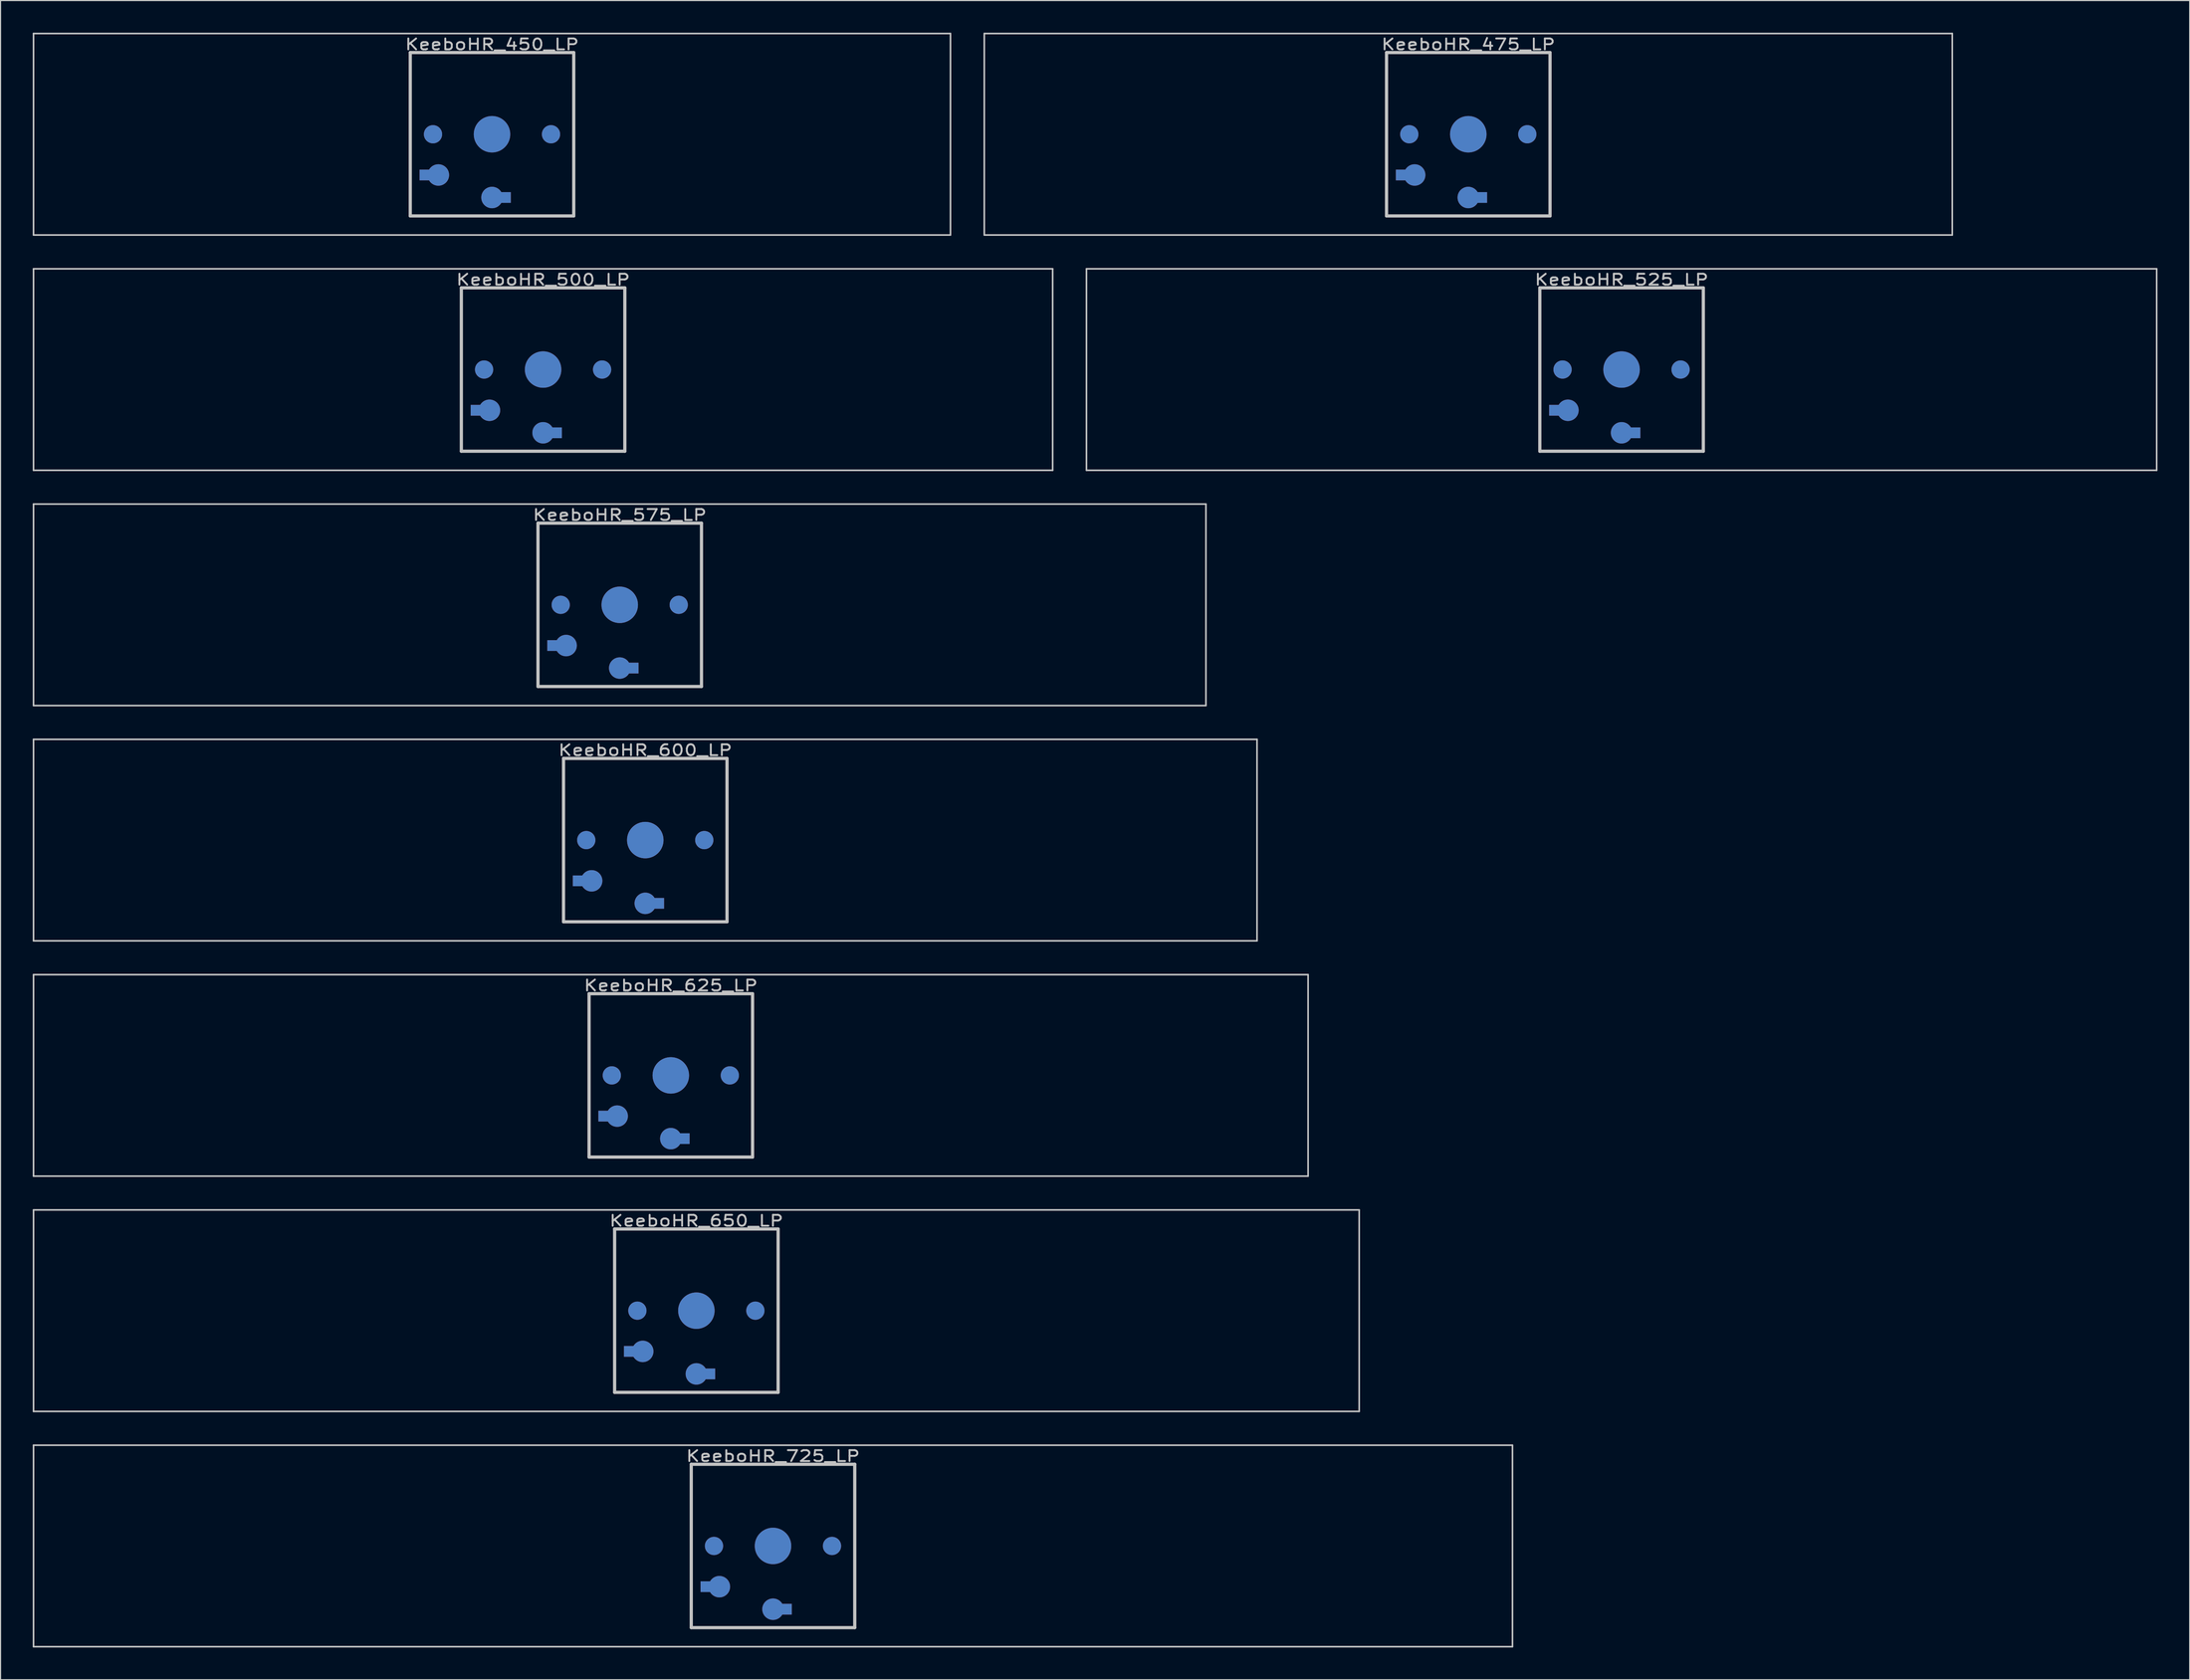
<source format=kicad_pcb>
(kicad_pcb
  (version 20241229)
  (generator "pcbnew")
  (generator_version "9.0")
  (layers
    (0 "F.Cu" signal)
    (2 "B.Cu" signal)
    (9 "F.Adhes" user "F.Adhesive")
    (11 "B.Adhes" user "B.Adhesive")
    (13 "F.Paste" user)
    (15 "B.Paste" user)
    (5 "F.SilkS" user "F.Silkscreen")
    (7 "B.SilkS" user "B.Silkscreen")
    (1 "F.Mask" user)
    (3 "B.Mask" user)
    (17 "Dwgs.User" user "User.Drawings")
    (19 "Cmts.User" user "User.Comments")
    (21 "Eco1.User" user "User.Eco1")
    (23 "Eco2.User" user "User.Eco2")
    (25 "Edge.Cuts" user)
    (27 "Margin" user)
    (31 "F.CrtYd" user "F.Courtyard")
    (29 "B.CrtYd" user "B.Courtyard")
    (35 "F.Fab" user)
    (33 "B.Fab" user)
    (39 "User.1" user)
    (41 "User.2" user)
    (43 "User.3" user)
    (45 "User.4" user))
  (footprint "KeeboHR_600_LP"
    (layer "F.Cu")
    (at 57.099 75.319)
    (property "Reference" "KeeboHR_600_LP" (at 0 -8.382 0) (layer "Dwgs.User") (effects (font (size 1.016 1.27) (thickness 0.178))))
    (attr through_hole)
    (fp_line (start -57.023 -9.398) (end 57.023 -9.398) (stroke (width 0.152) (type solid)) (layer "Dwgs.User"))
    (fp_line (start -57.023 9.398) (end -57.023 -9.398) (stroke (width 0.152) (type solid)) (layer "Dwgs.User"))
    (fp_line (start -7.62 -7.62) (end 7.62 -7.62) (stroke (width 0.3) (type solid)) (layer "Dwgs.User"))
    (fp_line (start -7.62 7.62) (end -7.62 -7.62) (stroke (width 0.3) (type solid)) (layer "Dwgs.User"))
    (fp_line (start 7.62 -7.62) (end 7.62 7.62) (stroke (width 0.3) (type solid)) (layer "Dwgs.User"))
    (fp_line (start 7.62 7.62) (end -7.62 7.62) (stroke (width 0.3) (type solid)) (layer "Dwgs.User"))
    (fp_line (start 57.023 -9.398) (end 57.023 9.398) (stroke (width 0.152) (type solid)) (layer "Dwgs.User"))
    (fp_line (start 57.023 9.398) (end -57.023 9.398) (stroke (width 0.152) (type solid)) (layer "Dwgs.User"))
    (pad "" smd circle (at -5.5 0) (size 1.7 1.7) (layers "*.Cu" "*.Mask"))
    (pad "" smd circle (at 0 0) (size 3.4 3.4) (layers "*.Cu" "*.Mask"))
    (pad "" smd circle (at 5.5 0) (size 1.7 1.7) (layers "*.Cu" "*.Mask"))
    (pad "1" smd circle (at 0 5.9) (size 2 2) (layers "*.Cu" "*.Mask"))
    (pad "1" smd rect (at 1.25 5.9) (size 1 1) (layers "*.Cu" "*.Mask"))
    (pad "2" smd rect (at -6.25 3.8) (size 1 1) (layers "*.Cu" "*.Mask"))
    (pad "2" smd circle (at -5 3.8) (size 2 2) (layers "*.Cu" "*.Mask")))
  (footprint "KeeboHR_475_LP"
    (layer "F.Cu")
    (at 133.816 9.474)
    (property "Reference" "KeeboHR_475_LP" (at 0 -8.382 0) (layer "Dwgs.User") (effects (font (size 1.016 1.27) (thickness 0.178))))
    (attr through_hole)
    (fp_line (start -45.117 -9.398) (end 45.117 -9.398) (stroke (width 0.152) (type solid)) (layer "Dwgs.User"))
    (fp_line (start -45.117 9.398) (end -45.117 -9.398) (stroke (width 0.152) (type solid)) (layer "Dwgs.User"))
    (fp_line (start -7.62 -7.62) (end 7.62 -7.62) (stroke (width 0.3) (type solid)) (layer "Dwgs.User"))
    (fp_line (start -7.62 7.62) (end -7.62 -7.62) (stroke (width 0.3) (type solid)) (layer "Dwgs.User"))
    (fp_line (start 7.62 -7.62) (end 7.62 7.62) (stroke (width 0.3) (type solid)) (layer "Dwgs.User"))
    (fp_line (start 7.62 7.62) (end -7.62 7.62) (stroke (width 0.3) (type solid)) (layer "Dwgs.User"))
    (fp_line (start 45.117 -9.398) (end 45.117 9.398) (stroke (width 0.152) (type solid)) (layer "Dwgs.User"))
    (fp_line (start 45.117 9.398) (end -45.117 9.398) (stroke (width 0.152) (type solid)) (layer "Dwgs.User"))
    (pad "" smd circle (at -5.5 0) (size 1.7 1.7) (layers "*.Cu" "*.Mask"))
    (pad "" smd circle (at 0 0) (size 3.4 3.4) (layers "*.Cu" "*.Mask"))
    (pad "" smd circle (at 5.5 0) (size 1.7 1.7) (layers "*.Cu" "*.Mask"))
    (pad "1" smd circle (at 0 5.9) (size 2 2) (layers "*.Cu" "*.Mask"))
    (pad "1" smd rect (at 1.25 5.9) (size 1 1) (layers "*.Cu" "*.Mask"))
    (pad "2" smd rect (at -6.25 3.8) (size 1 1) (layers "*.Cu" "*.Mask"))
    (pad "2" smd circle (at -5 3.8) (size 2 2) (layers "*.Cu" "*.Mask")))
  (footprint "KeeboHR_575_LP"
    (layer "F.Cu")
    (at 54.718 53.371)
    (property "Reference" "KeeboHR_575_LP" (at 0 -8.382 0) (layer "Dwgs.User") (effects (font (size 1.016 1.27) (thickness 0.178))))
    (attr through_hole)
    (fp_line (start -54.642 -9.398) (end 54.642 -9.398) (stroke (width 0.152) (type solid)) (layer "Dwgs.User"))
    (fp_line (start -54.642 9.398) (end -54.642 -9.398) (stroke (width 0.152) (type solid)) (layer "Dwgs.User"))
    (fp_line (start -7.62 -7.62) (end 7.62 -7.62) (stroke (width 0.3) (type solid)) (layer "Dwgs.User"))
    (fp_line (start -7.62 7.62) (end -7.62 -7.62) (stroke (width 0.3) (type solid)) (layer "Dwgs.User"))
    (fp_line (start 7.62 -7.62) (end 7.62 7.62) (stroke (width 0.3) (type solid)) (layer "Dwgs.User"))
    (fp_line (start 7.62 7.62) (end -7.62 7.62) (stroke (width 0.3) (type solid)) (layer "Dwgs.User"))
    (fp_line (start 54.642 -9.398) (end 54.642 9.398) (stroke (width 0.152) (type solid)) (layer "Dwgs.User"))
    (fp_line (start 54.642 9.398) (end -54.642 9.398) (stroke (width 0.152) (type solid)) (layer "Dwgs.User"))
    (pad "" smd circle (at -5.5 0) (size 1.7 1.7) (layers "*.Cu" "*.Mask"))
    (pad "" smd circle (at 0 0) (size 3.4 3.4) (layers "*.Cu" "*.Mask"))
    (pad "" smd circle (at 5.5 0) (size 1.7 1.7) (layers "*.Cu" "*.Mask"))
    (pad "1" smd circle (at 0 5.9) (size 2 2) (layers "*.Cu" "*.Mask"))
    (pad "1" smd rect (at 1.25 5.9) (size 1 1) (layers "*.Cu" "*.Mask"))
    (pad "2" smd rect (at -6.25 3.8) (size 1 1) (layers "*.Cu" "*.Mask"))
    (pad "2" smd circle (at -5 3.8) (size 2 2) (layers "*.Cu" "*.Mask")))
  (footprint "KeeboHR_525_LP"
    (layer "F.Cu")
    (at 148.104 31.423)
    (property "Reference" "KeeboHR_525_LP" (at 0 -8.382 0) (layer "Dwgs.User") (effects (font (size 1.016 1.27) (thickness 0.178))))
    (attr through_hole)
    (fp_line (start -49.879 -9.398) (end 49.879 -9.398) (stroke (width 0.152) (type solid)) (layer "Dwgs.User"))
    (fp_line (start -49.879 9.398) (end -49.879 -9.398) (stroke (width 0.152) (type solid)) (layer "Dwgs.User"))
    (fp_line (start -7.62 -7.62) (end 7.62 -7.62) (stroke (width 0.3) (type solid)) (layer "Dwgs.User"))
    (fp_line (start -7.62 7.62) (end -7.62 -7.62) (stroke (width 0.3) (type solid)) (layer "Dwgs.User"))
    (fp_line (start 7.62 -7.62) (end 7.62 7.62) (stroke (width 0.3) (type solid)) (layer "Dwgs.User"))
    (fp_line (start 7.62 7.62) (end -7.62 7.62) (stroke (width 0.3) (type solid)) (layer "Dwgs.User"))
    (fp_line (start 49.879 -9.398) (end 49.879 9.398) (stroke (width 0.152) (type solid)) (layer "Dwgs.User"))
    (fp_line (start 49.879 9.398) (end -49.879 9.398) (stroke (width 0.152) (type solid)) (layer "Dwgs.User"))
    (pad "" smd circle (at -5.5 0) (size 1.7 1.7) (layers "*.Cu" "*.Mask"))
    (pad "" smd circle (at 0 0) (size 3.4 3.4) (layers "*.Cu" "*.Mask"))
    (pad "" smd circle (at 5.5 0) (size 1.7 1.7) (layers "*.Cu" "*.Mask"))
    (pad "1" smd circle (at 0 5.9) (size 2 2) (layers "*.Cu" "*.Mask"))
    (pad "1" smd rect (at 1.25 5.9) (size 1 1) (layers "*.Cu" "*.Mask"))
    (pad "2" smd rect (at -6.25 3.8) (size 1 1) (layers "*.Cu" "*.Mask"))
    (pad "2" smd circle (at -5 3.8) (size 2 2) (layers "*.Cu" "*.Mask")))
  (footprint "KeeboHR_450_LP"
    (layer "F.Cu")
    (at 42.812 9.474)
    (property "Reference" "KeeboHR_450_LP" (at 0 -8.382 0) (layer "Dwgs.User") (effects (font (size 1.016 1.27) (thickness 0.178))))
    (attr through_hole)
    (fp_line (start -42.736 -9.398) (end 42.736 -9.398) (stroke (width 0.152) (type solid)) (layer "Dwgs.User"))
    (fp_line (start -42.736 9.398) (end -42.736 -9.398) (stroke (width 0.152) (type solid)) (layer "Dwgs.User"))
    (fp_line (start -7.62 -7.62) (end 7.62 -7.62) (stroke (width 0.3) (type solid)) (layer "Dwgs.User"))
    (fp_line (start -7.62 7.62) (end -7.62 -7.62) (stroke (width 0.3) (type solid)) (layer "Dwgs.User"))
    (fp_line (start 7.62 -7.62) (end 7.62 7.62) (stroke (width 0.3) (type solid)) (layer "Dwgs.User"))
    (fp_line (start 7.62 7.62) (end -7.62 7.62) (stroke (width 0.3) (type solid)) (layer "Dwgs.User"))
    (fp_line (start 42.736 -9.398) (end 42.736 9.398) (stroke (width 0.152) (type solid)) (layer "Dwgs.User"))
    (fp_line (start 42.736 9.398) (end -42.736 9.398) (stroke (width 0.152) (type solid)) (layer "Dwgs.User"))
    (pad "" smd circle (at -5.5 0) (size 1.7 1.7) (layers "*.Cu" "*.Mask"))
    (pad "" smd circle (at 0 0) (size 3.4 3.4) (layers "*.Cu" "*.Mask"))
    (pad "" smd circle (at 5.5 0) (size 1.7 1.7) (layers "*.Cu" "*.Mask"))
    (pad "1" smd circle (at 0 5.9) (size 2 2) (layers "*.Cu" "*.Mask"))
    (pad "1" smd rect (at 1.25 5.9) (size 1 1) (layers "*.Cu" "*.Mask"))
    (pad "2" smd rect (at -6.25 3.8) (size 1 1) (layers "*.Cu" "*.Mask"))
    (pad "2" smd circle (at -5 3.8) (size 2 2) (layers "*.Cu" "*.Mask")))
  (footprint "KeeboHR_725_LP"
    (layer "F.Cu")
    (at 69.005 141.165)
    (property "Reference" "KeeboHR_725_LP" (at 0 -8.382 0) (layer "Dwgs.User") (effects (font (size 1.016 1.27) (thickness 0.178))))
    (attr through_hole)
    (fp_line (start -68.929 -9.398) (end 68.929 -9.398) (stroke (width 0.152) (type solid)) (layer "Dwgs.User"))
    (fp_line (start -68.929 9.398) (end -68.929 -9.398) (stroke (width 0.152) (type solid)) (layer "Dwgs.User"))
    (fp_line (start -7.62 -7.62) (end 7.62 -7.62) (stroke (width 0.3) (type solid)) (layer "Dwgs.User"))
    (fp_line (start -7.62 7.62) (end -7.62 -7.62) (stroke (width 0.3) (type solid)) (layer "Dwgs.User"))
    (fp_line (start 7.62 -7.62) (end 7.62 7.62) (stroke (width 0.3) (type solid)) (layer "Dwgs.User"))
    (fp_line (start 7.62 7.62) (end -7.62 7.62) (stroke (width 0.3) (type solid)) (layer "Dwgs.User"))
    (fp_line (start 68.929 -9.398) (end 68.929 9.398) (stroke (width 0.152) (type solid)) (layer "Dwgs.User"))
    (fp_line (start 68.929 9.398) (end -68.929 9.398) (stroke (width 0.152) (type solid)) (layer "Dwgs.User"))
    (pad "" smd circle (at -5.5 0) (size 1.7 1.7) (layers "*.Cu" "*.Mask"))
    (pad "" smd circle (at 0 0) (size 3.4 3.4) (layers "*.Cu" "*.Mask"))
    (pad "" smd circle (at 5.5 0) (size 1.7 1.7) (layers "*.Cu" "*.Mask"))
    (pad "1" smd circle (at 0 5.9) (size 2 2) (layers "*.Cu" "*.Mask"))
    (pad "1" smd rect (at 1.25 5.9) (size 1 1) (layers "*.Cu" "*.Mask"))
    (pad "2" smd rect (at -6.25 3.8) (size 1 1) (layers "*.Cu" "*.Mask"))
    (pad "2" smd circle (at -5 3.8) (size 2 2) (layers "*.Cu" "*.Mask")))
  (footprint "KeeboHR_625_LP"
    (layer "F.Cu")
    (at 59.48 97.268)
    (property "Reference" "KeeboHR_625_LP" (at 0 -8.382 0) (layer "Dwgs.User") (effects (font (size 1.016 1.27) (thickness 0.178))))
    (attr through_hole)
    (fp_line (start -59.404 -9.398) (end 59.404 -9.398) (stroke (width 0.152) (type solid)) (layer "Dwgs.User"))
    (fp_line (start -59.404 9.398) (end -59.404 -9.398) (stroke (width 0.152) (type solid)) (layer "Dwgs.User"))
    (fp_line (start -7.62 -7.62) (end 7.62 -7.62) (stroke (width 0.3) (type solid)) (layer "Dwgs.User"))
    (fp_line (start -7.62 7.62) (end -7.62 -7.62) (stroke (width 0.3) (type solid)) (layer "Dwgs.User"))
    (fp_line (start 7.62 -7.62) (end 7.62 7.62) (stroke (width 0.3) (type solid)) (layer "Dwgs.User"))
    (fp_line (start 7.62 7.62) (end -7.62 7.62) (stroke (width 0.3) (type solid)) (layer "Dwgs.User"))
    (fp_line (start 59.404 -9.398) (end 59.404 9.398) (stroke (width 0.152) (type solid)) (layer "Dwgs.User"))
    (fp_line (start 59.404 9.398) (end -59.404 9.398) (stroke (width 0.152) (type solid)) (layer "Dwgs.User"))
    (pad "" smd circle (at -5.5 0) (size 1.7 1.7) (layers "*.Cu" "*.Mask"))
    (pad "" smd circle (at 0 0) (size 3.4 3.4) (layers "*.Cu" "*.Mask"))
    (pad "" smd circle (at 5.5 0) (size 1.7 1.7) (layers "*.Cu" "*.Mask"))
    (pad "1" smd circle (at 0 5.9) (size 2 2) (layers "*.Cu" "*.Mask"))
    (pad "1" smd rect (at 1.25 5.9) (size 1 1) (layers "*.Cu" "*.Mask"))
    (pad "2" smd rect (at -6.25 3.8) (size 1 1) (layers "*.Cu" "*.Mask"))
    (pad "2" smd circle (at -5 3.8) (size 2 2) (layers "*.Cu" "*.Mask")))
  (footprint "KeeboHR_650_LP"
    (layer "F.Cu")
    (at 61.862 119.216)
    (property "Reference" "KeeboHR_650_LP" (at 0 -8.382 0) (layer "Dwgs.User") (effects (font (size 1.016 1.27) (thickness 0.178))))
    (attr through_hole)
    (fp_line (start -61.785 -9.398) (end 61.785 -9.398) (stroke (width 0.152) (type solid)) (layer "Dwgs.User"))
    (fp_line (start -61.785 9.398) (end -61.785 -9.398) (stroke (width 0.152) (type solid)) (layer "Dwgs.User"))
    (fp_line (start -7.62 -7.62) (end 7.62 -7.62) (stroke (width 0.3) (type solid)) (layer "Dwgs.User"))
    (fp_line (start -7.62 7.62) (end -7.62 -7.62) (stroke (width 0.3) (type solid)) (layer "Dwgs.User"))
    (fp_line (start 7.62 -7.62) (end 7.62 7.62) (stroke (width 0.3) (type solid)) (layer "Dwgs.User"))
    (fp_line (start 7.62 7.62) (end -7.62 7.62) (stroke (width 0.3) (type solid)) (layer "Dwgs.User"))
    (fp_line (start 61.785 -9.398) (end 61.785 9.398) (stroke (width 0.152) (type solid)) (layer "Dwgs.User"))
    (fp_line (start 61.785 9.398) (end -61.785 9.398) (stroke (width 0.152) (type solid)) (layer "Dwgs.User"))
    (pad "" smd circle (at -5.5 0) (size 1.7 1.7) (layers "*.Cu" "*.Mask"))
    (pad "" smd circle (at 0 0) (size 3.4 3.4) (layers "*.Cu" "*.Mask"))
    (pad "" smd circle (at 5.5 0) (size 1.7 1.7) (layers "*.Cu" "*.Mask"))
    (pad "1" smd circle (at 0 5.9) (size 2 2) (layers "*.Cu" "*.Mask"))
    (pad "1" smd rect (at 1.25 5.9) (size 1 1) (layers "*.Cu" "*.Mask"))
    (pad "2" smd rect (at -6.25 3.8) (size 1 1) (layers "*.Cu" "*.Mask"))
    (pad "2" smd circle (at -5 3.8) (size 2 2) (layers "*.Cu" "*.Mask")))
  (footprint "KeeboHR_500_LP"
    (layer "F.Cu")
    (at 47.574 31.423)
    (property "Reference" "KeeboHR_500_LP" (at 0 -8.382 0) (layer "Dwgs.User") (effects (font (size 1.016 1.27) (thickness 0.178))))
    (attr through_hole)
    (fp_line (start -47.498 -9.398) (end 47.498 -9.398) (stroke (width 0.152) (type solid)) (layer "Dwgs.User"))
    (fp_line (start -47.498 9.398) (end -47.498 -9.398) (stroke (width 0.152) (type solid)) (layer "Dwgs.User"))
    (fp_line (start -7.62 -7.62) (end 7.62 -7.62) (stroke (width 0.3) (type solid)) (layer "Dwgs.User"))
    (fp_line (start -7.62 7.62) (end -7.62 -7.62) (stroke (width 0.3) (type solid)) (layer "Dwgs.User"))
    (fp_line (start 7.62 -7.62) (end 7.62 7.62) (stroke (width 0.3) (type solid)) (layer "Dwgs.User"))
    (fp_line (start 7.62 7.62) (end -7.62 7.62) (stroke (width 0.3) (type solid)) (layer "Dwgs.User"))
    (fp_line (start 47.498 -9.398) (end 47.498 9.398) (stroke (width 0.152) (type solid)) (layer "Dwgs.User"))
    (fp_line (start 47.498 9.398) (end -47.498 9.398) (stroke (width 0.152) (type solid)) (layer "Dwgs.User"))
    (pad "" smd circle (at -5.5 0) (size 1.7 1.7) (layers "*.Cu" "*.Mask"))
    (pad "" smd circle (at 0 0) (size 3.4 3.4) (layers "*.Cu" "*.Mask"))
    (pad "" smd circle (at 5.5 0) (size 1.7 1.7) (layers "*.Cu" "*.Mask"))
    (pad "1" smd circle (at 0 5.9) (size 2 2) (layers "*.Cu" "*.Mask"))
    (pad "1" smd rect (at 1.25 5.9) (size 1 1) (layers "*.Cu" "*.Mask"))
    (pad "2" smd rect (at -6.25 3.8) (size 1 1) (layers "*.Cu" "*.Mask"))
    (pad "2" smd circle (at -5 3.8) (size 2 2) (layers "*.Cu" "*.Mask")))
  (gr_rect
    (start -3 -3)
    (end 201.059 153.639)
    (stroke (width 0.1) (type default))
    (fill no)
    (layer "Edge.Cuts")))
</source>
